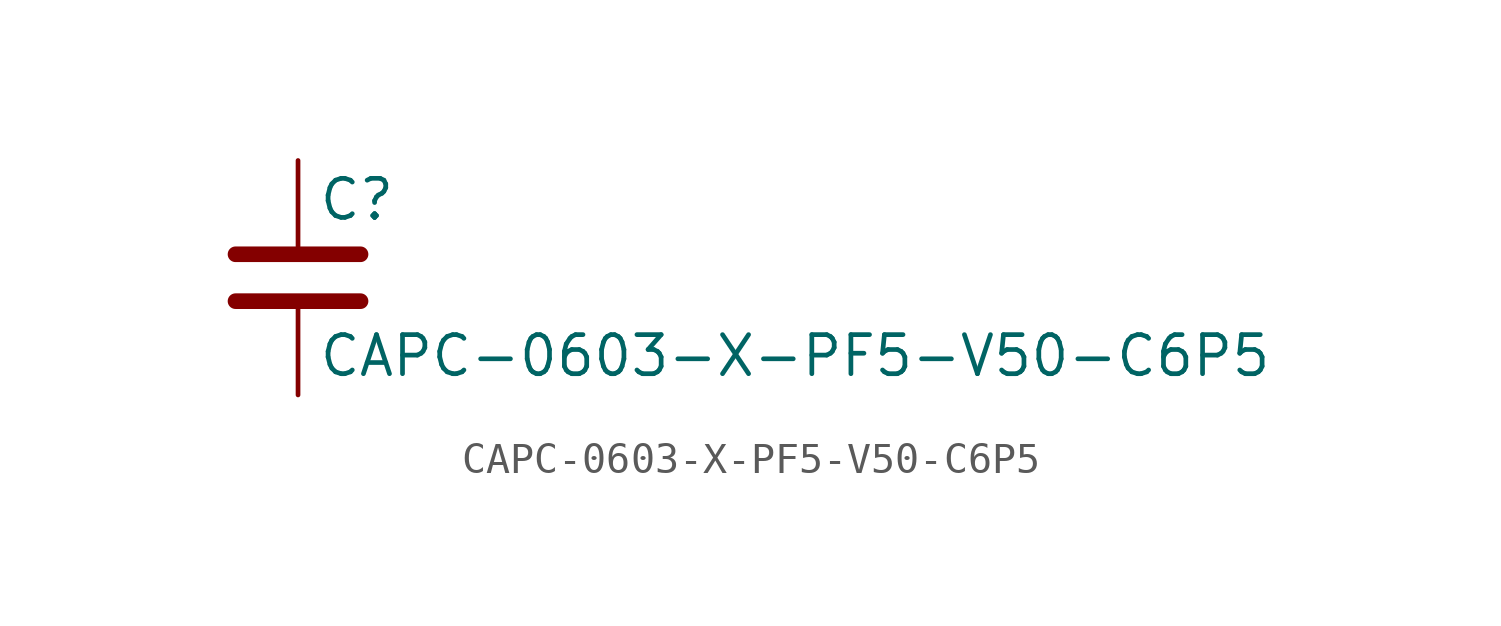
<source format=kicad_sym>
(kicad_symbol_lib
  (version 20211014)
  (generator kicad_symbol_editor)
  (symbol "CAPC-0603-X-PF5-V50-C6P5"
    (pin_numbers hide)
    (pin_names
      (offset 0.254))
    (property "Reference" "C"
      (at 0.635 2.54 0)
      (effects (font (size 1.27 1.27)) (justify left)))
    (property "Value" "CAPC-0603-X-PF5-V50-C6P5"
      (at 0.635 -2.54 0)
      (effects (font (size 1.27 1.27)) (justify left)))
    (symbol "CAPC-0603-X-PF5-V50-C6P5_0_1"
      (polyline (pts (xy -2.032 -0.762) (xy 2.032 -0.762)) (stroke (width 0.508) (type default) (color 0 0 0 0)) (fill (type none)))
      (polyline (pts (xy -2.032 0.762) (xy 2.032 0.762)) (stroke (width 0.508) (type default) (color 0 0 0 0)) (fill (type none))))
    (symbol "CAPC-0603-X-PF5-V50-C6P5_1_1"
      (pin passive line (at 0 3.81 270) (length 2.794) (name "~" (effects (font (size 1.27 1.27)))) (number "1" (effects (font (size 1.27 1.27)))))
      (pin passive line (at 0 -3.81 90) (length 2.794) (name "~" (effects (font (size 1.27 1.27)))) (number "2" (effects (font (size 1.27 1.27))))))))
</source>
